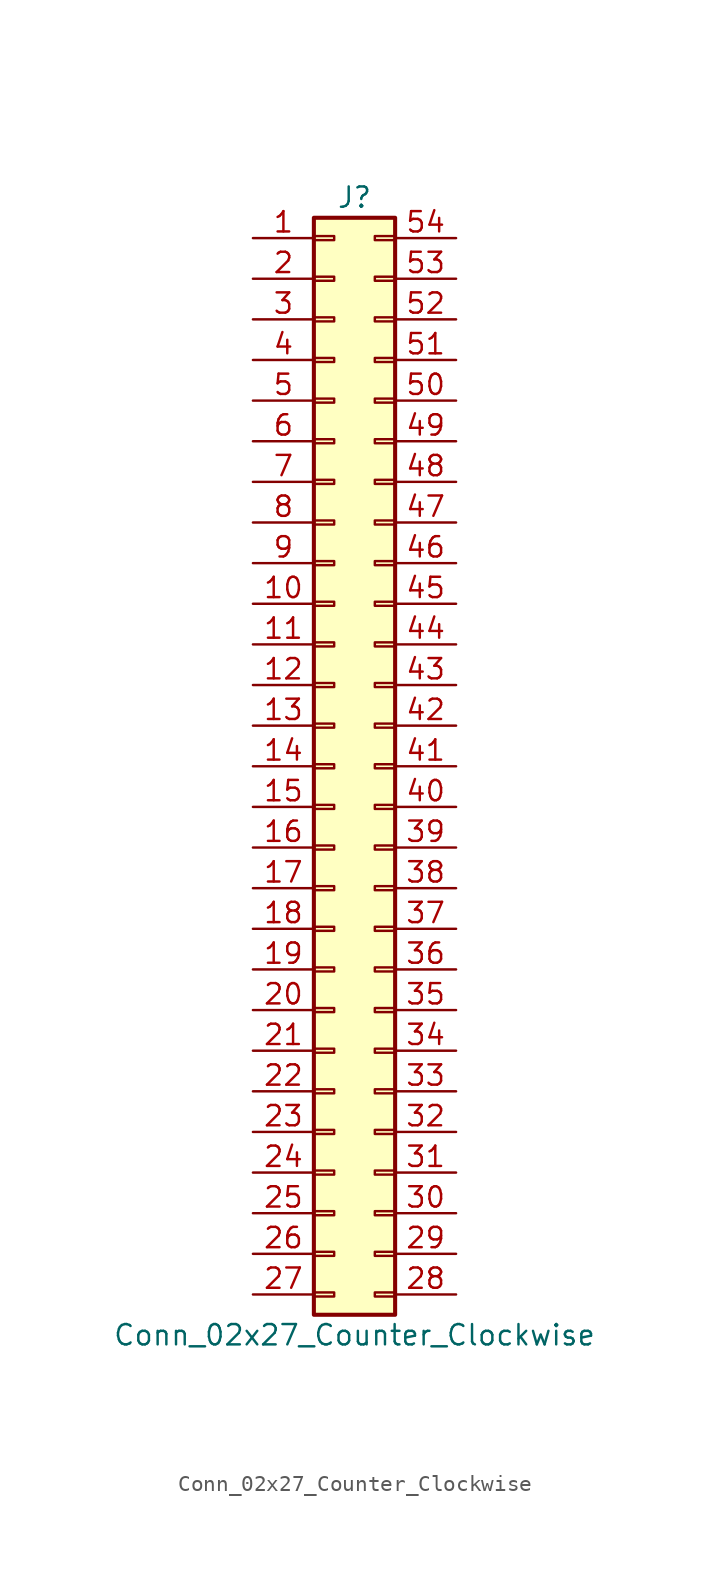
<source format=kicad_sym>
(kicad_symbol_lib
  (version 20220914)
  (generator kicad_symbol_editor)
  (symbol "Conn_02x27_Counter_Clockwise"
    (pin_names
      (offset 1.016) hide)
    (property "Reference" "J"
      (at 1.27 35.56 0)
      (effects (font (size 1.27 1.27))))
    (property "Value" "Conn_02x27_Counter_Clockwise"
      (at 1.27 -35.56 0)
      (effects (font (size 1.27 1.27))))
    (symbol "Conn_02x27_Counter_Clockwise_1_1"
      (rectangle (start -1.27 -32.893) (end 0 -33.147) (stroke (width 0.152) (type solid)) (fill (type none)))
      (rectangle (start -1.27 -30.353) (end 0 -30.607) (stroke (width 0.152) (type solid)) (fill (type none)))
      (rectangle (start -1.27 -27.813) (end 0 -28.067) (stroke (width 0.152) (type solid)) (fill (type none)))
      (rectangle (start -1.27 -25.273) (end 0 -25.527) (stroke (width 0.152) (type solid)) (fill (type none)))
      (rectangle (start -1.27 -22.733) (end 0 -22.987) (stroke (width 0.152) (type solid)) (fill (type none)))
      (rectangle (start -1.27 -20.193) (end 0 -20.447) (stroke (width 0.152) (type solid)) (fill (type none)))
      (rectangle (start -1.27 -17.653) (end 0 -17.907) (stroke (width 0.152) (type solid)) (fill (type none)))
      (rectangle (start -1.27 -15.113) (end 0 -15.367) (stroke (width 0.152) (type solid)) (fill (type none)))
      (rectangle (start -1.27 -12.573) (end 0 -12.827) (stroke (width 0.152) (type solid)) (fill (type none)))
      (rectangle (start -1.27 -10.033) (end 0 -10.287) (stroke (width 0.152) (type solid)) (fill (type none)))
      (rectangle (start -1.27 -7.493) (end 0 -7.747) (stroke (width 0.152) (type solid)) (fill (type none)))
      (rectangle (start -1.27 -4.953) (end 0 -5.207) (stroke (width 0.152) (type solid)) (fill (type none)))
      (rectangle (start -1.27 -2.413) (end 0 -2.667) (stroke (width 0.152) (type solid)) (fill (type none)))
      (rectangle (start -1.27 0.127) (end 0 -0.127) (stroke (width 0.152) (type solid)) (fill (type none)))
      (rectangle (start -1.27 2.667) (end 0 2.413) (stroke (width 0.152) (type solid)) (fill (type none)))
      (rectangle (start -1.27 5.207) (end 0 4.953) (stroke (width 0.152) (type solid)) (fill (type none)))
      (rectangle (start -1.27 7.747) (end 0 7.493) (stroke (width 0.152) (type solid)) (fill (type none)))
      (rectangle (start -1.27 10.287) (end 0 10.033) (stroke (width 0.152) (type solid)) (fill (type none)))
      (rectangle (start -1.27 12.827) (end 0 12.573) (stroke (width 0.152) (type solid)) (fill (type none)))
      (rectangle (start -1.27 15.367) (end 0 15.113) (stroke (width 0.152) (type solid)) (fill (type none)))
      (rectangle (start -1.27 17.907) (end 0 17.653) (stroke (width 0.152) (type solid)) (fill (type none)))
      (rectangle (start -1.27 20.447) (end 0 20.193) (stroke (width 0.152) (type solid)) (fill (type none)))
      (rectangle (start -1.27 22.987) (end 0 22.733) (stroke (width 0.152) (type solid)) (fill (type none)))
      (rectangle (start -1.27 25.527) (end 0 25.273) (stroke (width 0.152) (type solid)) (fill (type none)))
      (rectangle (start -1.27 28.067) (end 0 27.813) (stroke (width 0.152) (type solid)) (fill (type none)))
      (rectangle (start -1.27 30.607) (end 0 30.353) (stroke (width 0.152) (type solid)) (fill (type none)))
      (rectangle (start -1.27 33.147) (end 0 32.893) (stroke (width 0.152) (type solid)) (fill (type none)))
      (rectangle (start -1.27 34.29) (end 3.81 -34.29) (stroke (width 0.254) (type solid)) (fill (type background)))
      (rectangle (start 3.81 -32.893) (end 2.54 -33.147) (stroke (width 0.152) (type solid)) (fill (type none)))
      (rectangle (start 3.81 -30.353) (end 2.54 -30.607) (stroke (width 0.152) (type solid)) (fill (type none)))
      (rectangle (start 3.81 -27.813) (end 2.54 -28.067) (stroke (width 0.152) (type solid)) (fill (type none)))
      (rectangle (start 3.81 -25.273) (end 2.54 -25.527) (stroke (width 0.152) (type solid)) (fill (type none)))
      (rectangle (start 3.81 -22.733) (end 2.54 -22.987) (stroke (width 0.152) (type solid)) (fill (type none)))
      (rectangle (start 3.81 -20.193) (end 2.54 -20.447) (stroke (width 0.152) (type solid)) (fill (type none)))
      (rectangle (start 3.81 -17.653) (end 2.54 -17.907) (stroke (width 0.152) (type solid)) (fill (type none)))
      (rectangle (start 3.81 -15.113) (end 2.54 -15.367) (stroke (width 0.152) (type solid)) (fill (type none)))
      (rectangle (start 3.81 -12.573) (end 2.54 -12.827) (stroke (width 0.152) (type solid)) (fill (type none)))
      (rectangle (start 3.81 -10.033) (end 2.54 -10.287) (stroke (width 0.152) (type solid)) (fill (type none)))
      (rectangle (start 3.81 -7.493) (end 2.54 -7.747) (stroke (width 0.152) (type solid)) (fill (type none)))
      (rectangle (start 3.81 -4.953) (end 2.54 -5.207) (stroke (width 0.152) (type solid)) (fill (type none)))
      (rectangle (start 3.81 -2.413) (end 2.54 -2.667) (stroke (width 0.152) (type solid)) (fill (type none)))
      (rectangle (start 3.81 0.127) (end 2.54 -0.127) (stroke (width 0.152) (type solid)) (fill (type none)))
      (rectangle (start 3.81 2.667) (end 2.54 2.413) (stroke (width 0.152) (type solid)) (fill (type none)))
      (rectangle (start 3.81 5.207) (end 2.54 4.953) (stroke (width 0.152) (type solid)) (fill (type none)))
      (rectangle (start 3.81 7.747) (end 2.54 7.493) (stroke (width 0.152) (type solid)) (fill (type none)))
      (rectangle (start 3.81 10.287) (end 2.54 10.033) (stroke (width 0.152) (type solid)) (fill (type none)))
      (rectangle (start 3.81 12.827) (end 2.54 12.573) (stroke (width 0.152) (type solid)) (fill (type none)))
      (rectangle (start 3.81 15.367) (end 2.54 15.113) (stroke (width 0.152) (type solid)) (fill (type none)))
      (rectangle (start 3.81 17.907) (end 2.54 17.653) (stroke (width 0.152) (type solid)) (fill (type none)))
      (rectangle (start 3.81 20.447) (end 2.54 20.193) (stroke (width 0.152) (type solid)) (fill (type none)))
      (rectangle (start 3.81 22.987) (end 2.54 22.733) (stroke (width 0.152) (type solid)) (fill (type none)))
      (rectangle (start 3.81 25.527) (end 2.54 25.273) (stroke (width 0.152) (type solid)) (fill (type none)))
      (rectangle (start 3.81 28.067) (end 2.54 27.813) (stroke (width 0.152) (type solid)) (fill (type none)))
      (rectangle (start 3.81 30.607) (end 2.54 30.353) (stroke (width 0.152) (type solid)) (fill (type none)))
      (rectangle (start 3.81 33.147) (end 2.54 32.893) (stroke (width 0.152) (type solid)) (fill (type none)))
      (pin passive line (at -5.08 33.02 0) (length 3.81) (name "Pin_1" (effects (font (size 1.27 1.27)))) (number "1" (effects (font (size 1.27 1.27)))))
      (pin passive line (at -5.08 10.16 0) (length 3.81) (name "Pin_10" (effects (font (size 1.27 1.27)))) (number "10" (effects (font (size 1.27 1.27)))))
      (pin passive line (at -5.08 7.62 0) (length 3.81) (name "Pin_11" (effects (font (size 1.27 1.27)))) (number "11" (effects (font (size 1.27 1.27)))))
      (pin passive line (at -5.08 5.08 0) (length 3.81) (name "Pin_12" (effects (font (size 1.27 1.27)))) (number "12" (effects (font (size 1.27 1.27)))))
      (pin passive line (at -5.08 2.54 0) (length 3.81) (name "Pin_13" (effects (font (size 1.27 1.27)))) (number "13" (effects (font (size 1.27 1.27)))))
      (pin passive line (at -5.08 0 0) (length 3.81) (name "Pin_14" (effects (font (size 1.27 1.27)))) (number "14" (effects (font (size 1.27 1.27)))))
      (pin passive line (at -5.08 -2.54 0) (length 3.81) (name "Pin_15" (effects (font (size 1.27 1.27)))) (number "15" (effects (font (size 1.27 1.27)))))
      (pin passive line (at -5.08 -5.08 0) (length 3.81) (name "Pin_16" (effects (font (size 1.27 1.27)))) (number "16" (effects (font (size 1.27 1.27)))))
      (pin passive line (at -5.08 -7.62 0) (length 3.81) (name "Pin_17" (effects (font (size 1.27 1.27)))) (number "17" (effects (font (size 1.27 1.27)))))
      (pin passive line (at -5.08 -10.16 0) (length 3.81) (name "Pin_18" (effects (font (size 1.27 1.27)))) (number "18" (effects (font (size 1.27 1.27)))))
      (pin passive line (at -5.08 -12.7 0) (length 3.81) (name "Pin_19" (effects (font (size 1.27 1.27)))) (number "19" (effects (font (size 1.27 1.27)))))
      (pin passive line (at -5.08 30.48 0) (length 3.81) (name "Pin_2" (effects (font (size 1.27 1.27)))) (number "2" (effects (font (size 1.27 1.27)))))
      (pin passive line (at -5.08 -15.24 0) (length 3.81) (name "Pin_20" (effects (font (size 1.27 1.27)))) (number "20" (effects (font (size 1.27 1.27)))))
      (pin passive line (at -5.08 -17.78 0) (length 3.81) (name "Pin_21" (effects (font (size 1.27 1.27)))) (number "21" (effects (font (size 1.27 1.27)))))
      (pin passive line (at -5.08 -20.32 0) (length 3.81) (name "Pin_22" (effects (font (size 1.27 1.27)))) (number "22" (effects (font (size 1.27 1.27)))))
      (pin passive line (at -5.08 -22.86 0) (length 3.81) (name "Pin_23" (effects (font (size 1.27 1.27)))) (number "23" (effects (font (size 1.27 1.27)))))
      (pin passive line (at -5.08 -25.4 0) (length 3.81) (name "Pin_24" (effects (font (size 1.27 1.27)))) (number "24" (effects (font (size 1.27 1.27)))))
      (pin passive line (at -5.08 -27.94 0) (length 3.81) (name "Pin_25" (effects (font (size 1.27 1.27)))) (number "25" (effects (font (size 1.27 1.27)))))
      (pin passive line (at -5.08 -30.48 0) (length 3.81) (name "Pin_26" (effects (font (size 1.27 1.27)))) (number "26" (effects (font (size 1.27 1.27)))))
      (pin passive line (at -5.08 -33.02 0) (length 3.81) (name "Pin_27" (effects (font (size 1.27 1.27)))) (number "27" (effects (font (size 1.27 1.27)))))
      (pin passive line (at 7.62 -33.02 180) (length 3.81) (name "Pin_28" (effects (font (size 1.27 1.27)))) (number "28" (effects (font (size 1.27 1.27)))))
      (pin passive line (at 7.62 -30.48 180) (length 3.81) (name "Pin_29" (effects (font (size 1.27 1.27)))) (number "29" (effects (font (size 1.27 1.27)))))
      (pin passive line (at -5.08 27.94 0) (length 3.81) (name "Pin_3" (effects (font (size 1.27 1.27)))) (number "3" (effects (font (size 1.27 1.27)))))
      (pin passive line (at 7.62 -27.94 180) (length 3.81) (name "Pin_30" (effects (font (size 1.27 1.27)))) (number "30" (effects (font (size 1.27 1.27)))))
      (pin passive line (at 7.62 -25.4 180) (length 3.81) (name "Pin_31" (effects (font (size 1.27 1.27)))) (number "31" (effects (font (size 1.27 1.27)))))
      (pin passive line (at 7.62 -22.86 180) (length 3.81) (name "Pin_32" (effects (font (size 1.27 1.27)))) (number "32" (effects (font (size 1.27 1.27)))))
      (pin passive line (at 7.62 -20.32 180) (length 3.81) (name "Pin_33" (effects (font (size 1.27 1.27)))) (number "33" (effects (font (size 1.27 1.27)))))
      (pin passive line (at 7.62 -17.78 180) (length 3.81) (name "Pin_34" (effects (font (size 1.27 1.27)))) (number "34" (effects (font (size 1.27 1.27)))))
      (pin passive line (at 7.62 -15.24 180) (length 3.81) (name "Pin_35" (effects (font (size 1.27 1.27)))) (number "35" (effects (font (size 1.27 1.27)))))
      (pin passive line (at 7.62 -12.7 180) (length 3.81) (name "Pin_36" (effects (font (size 1.27 1.27)))) (number "36" (effects (font (size 1.27 1.27)))))
      (pin passive line (at 7.62 -10.16 180) (length 3.81) (name "Pin_37" (effects (font (size 1.27 1.27)))) (number "37" (effects (font (size 1.27 1.27)))))
      (pin passive line (at 7.62 -7.62 180) (length 3.81) (name "Pin_38" (effects (font (size 1.27 1.27)))) (number "38" (effects (font (size 1.27 1.27)))))
      (pin passive line (at 7.62 -5.08 180) (length 3.81) (name "Pin_39" (effects (font (size 1.27 1.27)))) (number "39" (effects (font (size 1.27 1.27)))))
      (pin passive line (at -5.08 25.4 0) (length 3.81) (name "Pin_4" (effects (font (size 1.27 1.27)))) (number "4" (effects (font (size 1.27 1.27)))))
      (pin passive line (at 7.62 -2.54 180) (length 3.81) (name "Pin_40" (effects (font (size 1.27 1.27)))) (number "40" (effects (font (size 1.27 1.27)))))
      (pin passive line (at 7.62 0 180) (length 3.81) (name "Pin_41" (effects (font (size 1.27 1.27)))) (number "41" (effects (font (size 1.27 1.27)))))
      (pin passive line (at 7.62 2.54 180) (length 3.81) (name "Pin_42" (effects (font (size 1.27 1.27)))) (number "42" (effects (font (size 1.27 1.27)))))
      (pin passive line (at 7.62 5.08 180) (length 3.81) (name "Pin_43" (effects (font (size 1.27 1.27)))) (number "43" (effects (font (size 1.27 1.27)))))
      (pin passive line (at 7.62 7.62 180) (length 3.81) (name "Pin_44" (effects (font (size 1.27 1.27)))) (number "44" (effects (font (size 1.27 1.27)))))
      (pin passive line (at 7.62 10.16 180) (length 3.81) (name "Pin_45" (effects (font (size 1.27 1.27)))) (number "45" (effects (font (size 1.27 1.27)))))
      (pin passive line (at 7.62 12.7 180) (length 3.81) (name "Pin_46" (effects (font (size 1.27 1.27)))) (number "46" (effects (font (size 1.27 1.27)))))
      (pin passive line (at 7.62 15.24 180) (length 3.81) (name "Pin_47" (effects (font (size 1.27 1.27)))) (number "47" (effects (font (size 1.27 1.27)))))
      (pin passive line (at 7.62 17.78 180) (length 3.81) (name "Pin_48" (effects (font (size 1.27 1.27)))) (number "48" (effects (font (size 1.27 1.27)))))
      (pin passive line (at 7.62 20.32 180) (length 3.81) (name "Pin_49" (effects (font (size 1.27 1.27)))) (number "49" (effects (font (size 1.27 1.27)))))
      (pin passive line (at -5.08 22.86 0) (length 3.81) (name "Pin_5" (effects (font (size 1.27 1.27)))) (number "5" (effects (font (size 1.27 1.27)))))
      (pin passive line (at 7.62 22.86 180) (length 3.81) (name "Pin_50" (effects (font (size 1.27 1.27)))) (number "50" (effects (font (size 1.27 1.27)))))
      (pin passive line (at 7.62 25.4 180) (length 3.81) (name "Pin_51" (effects (font (size 1.27 1.27)))) (number "51" (effects (font (size 1.27 1.27)))))
      (pin passive line (at 7.62 27.94 180) (length 3.81) (name "Pin_52" (effects (font (size 1.27 1.27)))) (number "52" (effects (font (size 1.27 1.27)))))
      (pin passive line (at 7.62 30.48 180) (length 3.81) (name "Pin_53" (effects (font (size 1.27 1.27)))) (number "53" (effects (font (size 1.27 1.27)))))
      (pin passive line (at 7.62 33.02 180) (length 3.81) (name "Pin_54" (effects (font (size 1.27 1.27)))) (number "54" (effects (font (size 1.27 1.27)))))
      (pin passive line (at -5.08 20.32 0) (length 3.81) (name "Pin_6" (effects (font (size 1.27 1.27)))) (number "6" (effects (font (size 1.27 1.27)))))
      (pin passive line (at -5.08 17.78 0) (length 3.81) (name "Pin_7" (effects (font (size 1.27 1.27)))) (number "7" (effects (font (size 1.27 1.27)))))
      (pin passive line (at -5.08 15.24 0) (length 3.81) (name "Pin_8" (effects (font (size 1.27 1.27)))) (number "8" (effects (font (size 1.27 1.27)))))
      (pin passive line (at -5.08 12.7 0) (length 3.81) (name "Pin_9" (effects (font (size 1.27 1.27)))) (number "9" (effects (font (size 1.27 1.27))))))))
</source>
